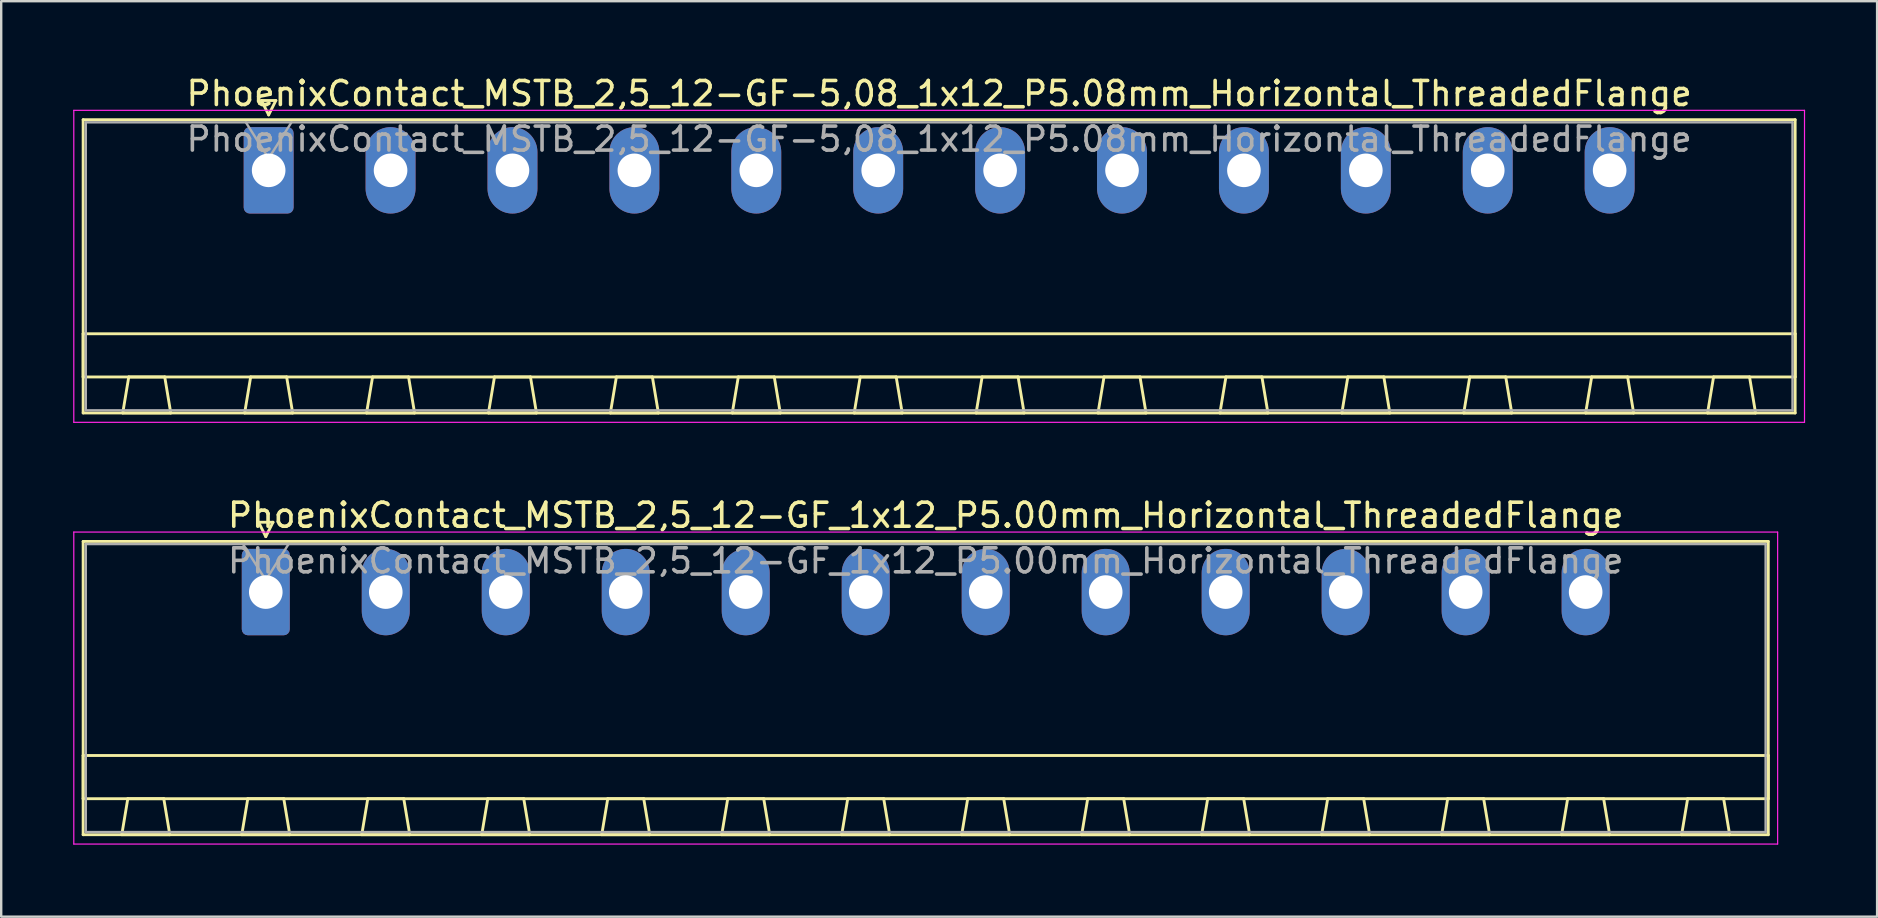
<source format=kicad_pcb>
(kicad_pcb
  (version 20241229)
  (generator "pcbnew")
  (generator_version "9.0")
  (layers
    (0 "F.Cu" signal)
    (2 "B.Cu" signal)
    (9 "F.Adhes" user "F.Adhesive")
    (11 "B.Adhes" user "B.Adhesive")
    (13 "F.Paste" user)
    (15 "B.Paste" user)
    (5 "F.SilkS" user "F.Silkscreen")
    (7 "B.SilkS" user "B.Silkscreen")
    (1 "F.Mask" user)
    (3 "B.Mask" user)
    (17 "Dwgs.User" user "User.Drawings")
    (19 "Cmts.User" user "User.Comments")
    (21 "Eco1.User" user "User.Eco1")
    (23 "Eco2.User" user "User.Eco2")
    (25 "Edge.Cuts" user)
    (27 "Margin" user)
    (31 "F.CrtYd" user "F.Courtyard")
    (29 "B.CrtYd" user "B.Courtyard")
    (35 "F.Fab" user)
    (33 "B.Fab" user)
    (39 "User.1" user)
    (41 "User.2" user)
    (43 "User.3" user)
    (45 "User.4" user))
  (footprint "PhoenixContact_MSTB_2,5_12-GF_1x12_P5.00mm_Horizontal_ThreadedFlange"
    (layer "F.Cu")
    (at 8.025 21.622)
    (property "Reference" "PhoenixContact_MSTB_2,5_12-GF_1x12_P5.00mm_Horizontal_ThreadedFlange" (at 27.5 -3.2 0) (layer "F.SilkS") (effects (font (size 1 1) (thickness 0.15))))
    (attr through_hole)
    (fp_line (start -7.61 -2.11) (end -7.61 10.11) (stroke (width 0.12) (type solid)) (layer "F.SilkS"))
    (fp_line (start -7.61 6.81) (end 62.61 6.81) (stroke (width 0.12) (type solid)) (layer "F.SilkS"))
    (fp_line (start -7.61 8.61) (end -7.61 6.81) (stroke (width 0.12) (type solid)) (layer "F.SilkS"))
    (fp_line (start -7.61 10.11) (end 62.61 10.11) (stroke (width 0.12) (type solid)) (layer "F.SilkS"))
    (fp_line (start -6 10.11) (end -4 10.11) (stroke (width 0.12) (type solid)) (layer "F.SilkS"))
    (fp_line (start -5.75 8.61) (end -6 10.11) (stroke (width 0.12) (type solid)) (layer "F.SilkS"))
    (fp_line (start -4.25 8.61) (end -5.75 8.61) (stroke (width 0.12) (type solid)) (layer "F.SilkS"))
    (fp_line (start -4 10.11) (end -4.25 8.61) (stroke (width 0.12) (type solid)) (layer "F.SilkS"))
    (fp_line (start -1 10.11) (end 1 10.11) (stroke (width 0.12) (type solid)) (layer "F.SilkS"))
    (fp_line (start -0.75 8.61) (end -1 10.11) (stroke (width 0.12) (type solid)) (layer "F.SilkS"))
    (fp_line (start -0.3 -2.91) (end 0.3 -2.91) (stroke (width 0.12) (type solid)) (layer "F.SilkS"))
    (fp_line (start 0 -2.31) (end -0.3 -2.91) (stroke (width 0.12) (type solid)) (layer "F.SilkS"))
    (fp_line (start 0.3 -2.91) (end 0 -2.31) (stroke (width 0.12) (type solid)) (layer "F.SilkS"))
    (fp_line (start 0.75 8.61) (end -0.75 8.61) (stroke (width 0.12) (type solid)) (layer "F.SilkS"))
    (fp_line (start 1 10.11) (end 0.75 8.61) (stroke (width 0.12) (type solid)) (layer "F.SilkS"))
    (fp_line (start 4 10.11) (end 6 10.11) (stroke (width 0.12) (type solid)) (layer "F.SilkS"))
    (fp_line (start 4.25 8.61) (end 4 10.11) (stroke (width 0.12) (type solid)) (layer "F.SilkS"))
    (fp_line (start 5.75 8.61) (end 4.25 8.61) (stroke (width 0.12) (type solid)) (layer "F.SilkS"))
    (fp_line (start 6 10.11) (end 5.75 8.61) (stroke (width 0.12) (type solid)) (layer "F.SilkS"))
    (fp_line (start 9 10.11) (end 11 10.11) (stroke (width 0.12) (type solid)) (layer "F.SilkS"))
    (fp_line (start 9.25 8.61) (end 9 10.11) (stroke (width 0.12) (type solid)) (layer "F.SilkS"))
    (fp_line (start 10.75 8.61) (end 9.25 8.61) (stroke (width 0.12) (type solid)) (layer "F.SilkS"))
    (fp_line (start 11 10.11) (end 10.75 8.61) (stroke (width 0.12) (type solid)) (layer "F.SilkS"))
    (fp_line (start 14 10.11) (end 16 10.11) (stroke (width 0.12) (type solid)) (layer "F.SilkS"))
    (fp_line (start 14.25 8.61) (end 14 10.11) (stroke (width 0.12) (type solid)) (layer "F.SilkS"))
    (fp_line (start 15.75 8.61) (end 14.25 8.61) (stroke (width 0.12) (type solid)) (layer "F.SilkS"))
    (fp_line (start 16 10.11) (end 15.75 8.61) (stroke (width 0.12) (type solid)) (layer "F.SilkS"))
    (fp_line (start 19 10.11) (end 21 10.11) (stroke (width 0.12) (type solid)) (layer "F.SilkS"))
    (fp_line (start 19.25 8.61) (end 19 10.11) (stroke (width 0.12) (type solid)) (layer "F.SilkS"))
    (fp_line (start 20.75 8.61) (end 19.25 8.61) (stroke (width 0.12) (type solid)) (layer "F.SilkS"))
    (fp_line (start 21 10.11) (end 20.75 8.61) (stroke (width 0.12) (type solid)) (layer "F.SilkS"))
    (fp_line (start 24 10.11) (end 26 10.11) (stroke (width 0.12) (type solid)) (layer "F.SilkS"))
    (fp_line (start 24.25 8.61) (end 24 10.11) (stroke (width 0.12) (type solid)) (layer "F.SilkS"))
    (fp_line (start 25.75 8.61) (end 24.25 8.61) (stroke (width 0.12) (type solid)) (layer "F.SilkS"))
    (fp_line (start 26 10.11) (end 25.75 8.61) (stroke (width 0.12) (type solid)) (layer "F.SilkS"))
    (fp_line (start 29 10.11) (end 31 10.11) (stroke (width 0.12) (type solid)) (layer "F.SilkS"))
    (fp_line (start 29.25 8.61) (end 29 10.11) (stroke (width 0.12) (type solid)) (layer "F.SilkS"))
    (fp_line (start 30.75 8.61) (end 29.25 8.61) (stroke (width 0.12) (type solid)) (layer "F.SilkS"))
    (fp_line (start 31 10.11) (end 30.75 8.61) (stroke (width 0.12) (type solid)) (layer "F.SilkS"))
    (fp_line (start 34 10.11) (end 36 10.11) (stroke (width 0.12) (type solid)) (layer "F.SilkS"))
    (fp_line (start 34.25 8.61) (end 34 10.11) (stroke (width 0.12) (type solid)) (layer "F.SilkS"))
    (fp_line (start 35.75 8.61) (end 34.25 8.61) (stroke (width 0.12) (type solid)) (layer "F.SilkS"))
    (fp_line (start 36 10.11) (end 35.75 8.61) (stroke (width 0.12) (type solid)) (layer "F.SilkS"))
    (fp_line (start 39 10.11) (end 41 10.11) (stroke (width 0.12) (type solid)) (layer "F.SilkS"))
    (fp_line (start 39.25 8.61) (end 39 10.11) (stroke (width 0.12) (type solid)) (layer "F.SilkS"))
    (fp_line (start 40.75 8.61) (end 39.25 8.61) (stroke (width 0.12) (type solid)) (layer "F.SilkS"))
    (fp_line (start 41 10.11) (end 40.75 8.61) (stroke (width 0.12) (type solid)) (layer "F.SilkS"))
    (fp_line (start 44 10.11) (end 46 10.11) (stroke (width 0.12) (type solid)) (layer "F.SilkS"))
    (fp_line (start 44.25 8.61) (end 44 10.11) (stroke (width 0.12) (type solid)) (layer "F.SilkS"))
    (fp_line (start 45.75 8.61) (end 44.25 8.61) (stroke (width 0.12) (type solid)) (layer "F.SilkS"))
    (fp_line (start 46 10.11) (end 45.75 8.61) (stroke (width 0.12) (type solid)) (layer "F.SilkS"))
    (fp_line (start 49 10.11) (end 51 10.11) (stroke (width 0.12) (type solid)) (layer "F.SilkS"))
    (fp_line (start 49.25 8.61) (end 49 10.11) (stroke (width 0.12) (type solid)) (layer "F.SilkS"))
    (fp_line (start 50.75 8.61) (end 49.25 8.61) (stroke (width 0.12) (type solid)) (layer "F.SilkS"))
    (fp_line (start 51 10.11) (end 50.75 8.61) (stroke (width 0.12) (type solid)) (layer "F.SilkS"))
    (fp_line (start 54 10.11) (end 56 10.11) (stroke (width 0.12) (type solid)) (layer "F.SilkS"))
    (fp_line (start 54.25 8.61) (end 54 10.11) (stroke (width 0.12) (type solid)) (layer "F.SilkS"))
    (fp_line (start 55.75 8.61) (end 54.25 8.61) (stroke (width 0.12) (type solid)) (layer "F.SilkS"))
    (fp_line (start 56 10.11) (end 55.75 8.61) (stroke (width 0.12) (type solid)) (layer "F.SilkS"))
    (fp_line (start 59 10.11) (end 61 10.11) (stroke (width 0.12) (type solid)) (layer "F.SilkS"))
    (fp_line (start 59.25 8.61) (end 59 10.11) (stroke (width 0.12) (type solid)) (layer "F.SilkS"))
    (fp_line (start 60.75 8.61) (end 59.25 8.61) (stroke (width 0.12) (type solid)) (layer "F.SilkS"))
    (fp_line (start 61 10.11) (end 60.75 8.61) (stroke (width 0.12) (type solid)) (layer "F.SilkS"))
    (fp_line (start 62.61 -2.11) (end -7.61 -2.11) (stroke (width 0.12) (type solid)) (layer "F.SilkS"))
    (fp_line (start 62.61 6.81) (end 62.61 8.61) (stroke (width 0.12) (type solid)) (layer "F.SilkS"))
    (fp_line (start 62.61 8.61) (end -7.61 8.61) (stroke (width 0.12) (type solid)) (layer "F.SilkS"))
    (fp_line (start 62.61 10.11) (end 62.61 -2.11) (stroke (width 0.12) (type solid)) (layer "F.SilkS"))
    (fp_line (start -8 -2.5) (end -8 10.5) (stroke (width 0.05) (type solid)) (layer "F.CrtYd"))
    (fp_line (start -8 10.5) (end 63 10.5) (stroke (width 0.05) (type solid)) (layer "F.CrtYd"))
    (fp_line (start 63 -2.5) (end -8 -2.5) (stroke (width 0.05) (type solid)) (layer "F.CrtYd"))
    (fp_line (start 63 10.5) (end 63 -2.5) (stroke (width 0.05) (type solid)) (layer "F.CrtYd"))
    (fp_line (start -7.5 -2) (end -7.5 10) (stroke (width 0.1) (type solid)) (layer "F.Fab"))
    (fp_line (start -7.5 10) (end 62.5 10) (stroke (width 0.1) (type solid)) (layer "F.Fab"))
    (fp_line (start 0 -0.5) (end -0.95 -2) (stroke (width 0.1) (type solid)) (layer "F.Fab"))
    (fp_line (start 0.95 -2) (end 0 -0.5) (stroke (width 0.1) (type solid)) (layer "F.Fab"))
    (fp_line (start 62.5 -2) (end -7.5 -2) (stroke (width 0.1) (type solid)) (layer "F.Fab"))
    (fp_line (start 62.5 10) (end 62.5 -2) (stroke (width 0.1) (type solid)) (layer "F.Fab"))
    (fp_text user "${REFERENCE}" (at 27.5 -1.3 0) (layer "F.Fab") (effects (font (size 1 1) (thickness 0.15))))
    (pad "1" thru_hole roundrect (at 0 0) (size 2 3.6) (drill 1.4) (layers "*.Cu" "*.Mask") (roundrect_rratio 0.125))
    (pad "2" thru_hole oval (at 5 0) (size 2 3.6) (drill 1.4) (layers "*.Cu" "*.Mask"))
    (pad "3" thru_hole oval (at 10 0) (size 2 3.6) (drill 1.4) (layers "*.Cu" "*.Mask"))
    (pad "4" thru_hole oval (at 15 0) (size 2 3.6) (drill 1.4) (layers "*.Cu" "*.Mask"))
    (pad "5" thru_hole oval (at 20 0) (size 2 3.6) (drill 1.4) (layers "*.Cu" "*.Mask"))
    (pad "6" thru_hole oval (at 25 0) (size 2 3.6) (drill 1.4) (layers "*.Cu" "*.Mask"))
    (pad "7" thru_hole oval (at 30 0) (size 2 3.6) (drill 1.4) (layers "*.Cu" "*.Mask"))
    (pad "8" thru_hole oval (at 35 0) (size 2 3.6) (drill 1.4) (layers "*.Cu" "*.Mask"))
    (pad "9" thru_hole oval (at 40 0) (size 2 3.6) (drill 1.4) (layers "*.Cu" "*.Mask"))
    (pad "10" thru_hole oval (at 45 0) (size 2 3.6) (drill 1.4) (layers "*.Cu" "*.Mask"))
    (pad "11" thru_hole oval (at 50 0) (size 2 3.6) (drill 1.4) (layers "*.Cu" "*.Mask"))
    (pad "12" thru_hole oval (at 55 0) (size 2 3.6) (drill 1.4) (layers "*.Cu" "*.Mask")))
  (footprint "PhoenixContact_MSTB_2,5_12-GF-5,08_1x12_P5.08mm_Horizontal_ThreadedFlange"
    (layer "F.Cu")
    (at 8.145 4.048)
    (property "Reference" "PhoenixContact_MSTB_2,5_12-GF-5,08_1x12_P5.08mm_Horizontal_ThreadedFlange" (at 27.94 -3.2 0) (layer "F.SilkS") (effects (font (size 1 1) (thickness 0.15))))
    (attr through_hole)
    (fp_line (start -7.73 -2.11) (end -7.73 10.11) (stroke (width 0.12) (type solid)) (layer "F.SilkS"))
    (fp_line (start -7.73 6.81) (end 63.61 6.81) (stroke (width 0.12) (type solid)) (layer "F.SilkS"))
    (fp_line (start -7.73 8.61) (end -7.73 6.81) (stroke (width 0.12) (type solid)) (layer "F.SilkS"))
    (fp_line (start -7.73 10.11) (end 63.61 10.11) (stroke (width 0.12) (type solid)) (layer "F.SilkS"))
    (fp_line (start -6.08 10.11) (end -4.08 10.11) (stroke (width 0.12) (type solid)) (layer "F.SilkS"))
    (fp_line (start -5.83 8.61) (end -6.08 10.11) (stroke (width 0.12) (type solid)) (layer "F.SilkS"))
    (fp_line (start -4.33 8.61) (end -5.83 8.61) (stroke (width 0.12) (type solid)) (layer "F.SilkS"))
    (fp_line (start -4.08 10.11) (end -4.33 8.61) (stroke (width 0.12) (type solid)) (layer "F.SilkS"))
    (fp_line (start -1 10.11) (end 1 10.11) (stroke (width 0.12) (type solid)) (layer "F.SilkS"))
    (fp_line (start -0.75 8.61) (end -1 10.11) (stroke (width 0.12) (type solid)) (layer "F.SilkS"))
    (fp_line (start -0.3 -2.91) (end 0.3 -2.91) (stroke (width 0.12) (type solid)) (layer "F.SilkS"))
    (fp_line (start 0 -2.31) (end -0.3 -2.91) (stroke (width 0.12) (type solid)) (layer "F.SilkS"))
    (fp_line (start 0.3 -2.91) (end 0 -2.31) (stroke (width 0.12) (type solid)) (layer "F.SilkS"))
    (fp_line (start 0.75 8.61) (end -0.75 8.61) (stroke (width 0.12) (type solid)) (layer "F.SilkS"))
    (fp_line (start 1 10.11) (end 0.75 8.61) (stroke (width 0.12) (type solid)) (layer "F.SilkS"))
    (fp_line (start 4.08 10.11) (end 6.08 10.11) (stroke (width 0.12) (type solid)) (layer "F.SilkS"))
    (fp_line (start 4.33 8.61) (end 4.08 10.11) (stroke (width 0.12) (type solid)) (layer "F.SilkS"))
    (fp_line (start 5.83 8.61) (end 4.33 8.61) (stroke (width 0.12) (type solid)) (layer "F.SilkS"))
    (fp_line (start 6.08 10.11) (end 5.83 8.61) (stroke (width 0.12) (type solid)) (layer "F.SilkS"))
    (fp_line (start 9.16 10.11) (end 11.16 10.11) (stroke (width 0.12) (type solid)) (layer "F.SilkS"))
    (fp_line (start 9.41 8.61) (end 9.16 10.11) (stroke (width 0.12) (type solid)) (layer "F.SilkS"))
    (fp_line (start 10.91 8.61) (end 9.41 8.61) (stroke (width 0.12) (type solid)) (layer "F.SilkS"))
    (fp_line (start 11.16 10.11) (end 10.91 8.61) (stroke (width 0.12) (type solid)) (layer "F.SilkS"))
    (fp_line (start 14.24 10.11) (end 16.24 10.11) (stroke (width 0.12) (type solid)) (layer "F.SilkS"))
    (fp_line (start 14.49 8.61) (end 14.24 10.11) (stroke (width 0.12) (type solid)) (layer "F.SilkS"))
    (fp_line (start 15.99 8.61) (end 14.49 8.61) (stroke (width 0.12) (type solid)) (layer "F.SilkS"))
    (fp_line (start 16.24 10.11) (end 15.99 8.61) (stroke (width 0.12) (type solid)) (layer "F.SilkS"))
    (fp_line (start 19.32 10.11) (end 21.32 10.11) (stroke (width 0.12) (type solid)) (layer "F.SilkS"))
    (fp_line (start 19.57 8.61) (end 19.32 10.11) (stroke (width 0.12) (type solid)) (layer "F.SilkS"))
    (fp_line (start 21.07 8.61) (end 19.57 8.61) (stroke (width 0.12) (type solid)) (layer "F.SilkS"))
    (fp_line (start 21.32 10.11) (end 21.07 8.61) (stroke (width 0.12) (type solid)) (layer "F.SilkS"))
    (fp_line (start 24.4 10.11) (end 26.4 10.11) (stroke (width 0.12) (type solid)) (layer "F.SilkS"))
    (fp_line (start 24.65 8.61) (end 24.4 10.11) (stroke (width 0.12) (type solid)) (layer "F.SilkS"))
    (fp_line (start 26.15 8.61) (end 24.65 8.61) (stroke (width 0.12) (type solid)) (layer "F.SilkS"))
    (fp_line (start 26.4 10.11) (end 26.15 8.61) (stroke (width 0.12) (type solid)) (layer "F.SilkS"))
    (fp_line (start 29.48 10.11) (end 31.48 10.11) (stroke (width 0.12) (type solid)) (layer "F.SilkS"))
    (fp_line (start 29.73 8.61) (end 29.48 10.11) (stroke (width 0.12) (type solid)) (layer "F.SilkS"))
    (fp_line (start 31.23 8.61) (end 29.73 8.61) (stroke (width 0.12) (type solid)) (layer "F.SilkS"))
    (fp_line (start 31.48 10.11) (end 31.23 8.61) (stroke (width 0.12) (type solid)) (layer "F.SilkS"))
    (fp_line (start 34.56 10.11) (end 36.56 10.11) (stroke (width 0.12) (type solid)) (layer "F.SilkS"))
    (fp_line (start 34.81 8.61) (end 34.56 10.11) (stroke (width 0.12) (type solid)) (layer "F.SilkS"))
    (fp_line (start 36.31 8.61) (end 34.81 8.61) (stroke (width 0.12) (type solid)) (layer "F.SilkS"))
    (fp_line (start 36.56 10.11) (end 36.31 8.61) (stroke (width 0.12) (type solid)) (layer "F.SilkS"))
    (fp_line (start 39.64 10.11) (end 41.64 10.11) (stroke (width 0.12) (type solid)) (layer "F.SilkS"))
    (fp_line (start 39.89 8.61) (end 39.64 10.11) (stroke (width 0.12) (type solid)) (layer "F.SilkS"))
    (fp_line (start 41.39 8.61) (end 39.89 8.61) (stroke (width 0.12) (type solid)) (layer "F.SilkS"))
    (fp_line (start 41.64 10.11) (end 41.39 8.61) (stroke (width 0.12) (type solid)) (layer "F.SilkS"))
    (fp_line (start 44.72 10.11) (end 46.72 10.11) (stroke (width 0.12) (type solid)) (layer "F.SilkS"))
    (fp_line (start 44.97 8.61) (end 44.72 10.11) (stroke (width 0.12) (type solid)) (layer "F.SilkS"))
    (fp_line (start 46.47 8.61) (end 44.97 8.61) (stroke (width 0.12) (type solid)) (layer "F.SilkS"))
    (fp_line (start 46.72 10.11) (end 46.47 8.61) (stroke (width 0.12) (type solid)) (layer "F.SilkS"))
    (fp_line (start 49.8 10.11) (end 51.8 10.11) (stroke (width 0.12) (type solid)) (layer "F.SilkS"))
    (fp_line (start 50.05 8.61) (end 49.8 10.11) (stroke (width 0.12) (type solid)) (layer "F.SilkS"))
    (fp_line (start 51.55 8.61) (end 50.05 8.61) (stroke (width 0.12) (type solid)) (layer "F.SilkS"))
    (fp_line (start 51.8 10.11) (end 51.55 8.61) (stroke (width 0.12) (type solid)) (layer "F.SilkS"))
    (fp_line (start 54.88 10.11) (end 56.88 10.11) (stroke (width 0.12) (type solid)) (layer "F.SilkS"))
    (fp_line (start 55.13 8.61) (end 54.88 10.11) (stroke (width 0.12) (type solid)) (layer "F.SilkS"))
    (fp_line (start 56.63 8.61) (end 55.13 8.61) (stroke (width 0.12) (type solid)) (layer "F.SilkS"))
    (fp_line (start 56.88 10.11) (end 56.63 8.61) (stroke (width 0.12) (type solid)) (layer "F.SilkS"))
    (fp_line (start 59.96 10.11) (end 61.96 10.11) (stroke (width 0.12) (type solid)) (layer "F.SilkS"))
    (fp_line (start 60.21 8.61) (end 59.96 10.11) (stroke (width 0.12) (type solid)) (layer "F.SilkS"))
    (fp_line (start 61.71 8.61) (end 60.21 8.61) (stroke (width 0.12) (type solid)) (layer "F.SilkS"))
    (fp_line (start 61.96 10.11) (end 61.71 8.61) (stroke (width 0.12) (type solid)) (layer "F.SilkS"))
    (fp_line (start 63.61 -2.11) (end -7.73 -2.11) (stroke (width 0.12) (type solid)) (layer "F.SilkS"))
    (fp_line (start 63.61 6.81) (end 63.61 8.61) (stroke (width 0.12) (type solid)) (layer "F.SilkS"))
    (fp_line (start 63.61 8.61) (end -7.73 8.61) (stroke (width 0.12) (type solid)) (layer "F.SilkS"))
    (fp_line (start 63.61 10.11) (end 63.61 -2.11) (stroke (width 0.12) (type solid)) (layer "F.SilkS"))
    (fp_line (start -8.12 -2.5) (end -8.12 10.5) (stroke (width 0.05) (type solid)) (layer "F.CrtYd"))
    (fp_line (start -8.12 10.5) (end 64 10.5) (stroke (width 0.05) (type solid)) (layer "F.CrtYd"))
    (fp_line (start 64 -2.5) (end -8.12 -2.5) (stroke (width 0.05) (type solid)) (layer "F.CrtYd"))
    (fp_line (start 64 10.5) (end 64 -2.5) (stroke (width 0.05) (type solid)) (layer "F.CrtYd"))
    (fp_line (start -7.62 -2) (end -7.62 10) (stroke (width 0.1) (type solid)) (layer "F.Fab"))
    (fp_line (start -7.62 10) (end 63.5 10) (stroke (width 0.1) (type solid)) (layer "F.Fab"))
    (fp_line (start 0 -0.5) (end -0.95 -2) (stroke (width 0.1) (type solid)) (layer "F.Fab"))
    (fp_line (start 0.95 -2) (end 0 -0.5) (stroke (width 0.1) (type solid)) (layer "F.Fab"))
    (fp_line (start 63.5 -2) (end -7.62 -2) (stroke (width 0.1) (type solid)) (layer "F.Fab"))
    (fp_line (start 63.5 10) (end 63.5 -2) (stroke (width 0.1) (type solid)) (layer "F.Fab"))
    (fp_text user "${REFERENCE}" (at 27.94 -1.3 0) (layer "F.Fab") (effects (font (size 1 1) (thickness 0.15))))
    (pad "1" thru_hole roundrect (at 0 0) (size 2.08 3.6) (drill 1.4) (layers "*.Cu" "*.Mask") (roundrect_rratio 0.12))
    (pad "2" thru_hole oval (at 5.08 0) (size 2.08 3.6) (drill 1.4) (layers "*.Cu" "*.Mask"))
    (pad "3" thru_hole oval (at 10.16 0) (size 2.08 3.6) (drill 1.4) (layers "*.Cu" "*.Mask"))
    (pad "4" thru_hole oval (at 15.24 0) (size 2.08 3.6) (drill 1.4) (layers "*.Cu" "*.Mask"))
    (pad "5" thru_hole oval (at 20.32 0) (size 2.08 3.6) (drill 1.4) (layers "*.Cu" "*.Mask"))
    (pad "6" thru_hole oval (at 25.4 0) (size 2.08 3.6) (drill 1.4) (layers "*.Cu" "*.Mask"))
    (pad "7" thru_hole oval (at 30.48 0) (size 2.08 3.6) (drill 1.4) (layers "*.Cu" "*.Mask"))
    (pad "8" thru_hole oval (at 35.56 0) (size 2.08 3.6) (drill 1.4) (layers "*.Cu" "*.Mask"))
    (pad "9" thru_hole oval (at 40.64 0) (size 2.08 3.6) (drill 1.4) (layers "*.Cu" "*.Mask"))
    (pad "10" thru_hole oval (at 45.72 0) (size 2.08 3.6) (drill 1.4) (layers "*.Cu" "*.Mask"))
    (pad "11" thru_hole oval (at 50.8 0) (size 2.08 3.6) (drill 1.4) (layers "*.Cu" "*.Mask"))
    (pad "12" thru_hole oval (at 55.88 0) (size 2.08 3.6) (drill 1.4) (layers "*.Cu" "*.Mask")))
  (gr_rect
    (start -3 -3)
    (end 75.17 35.147)
    (stroke (width 0.1) (type default))
    (fill no)
    (layer "Edge.Cuts")))
</source>
